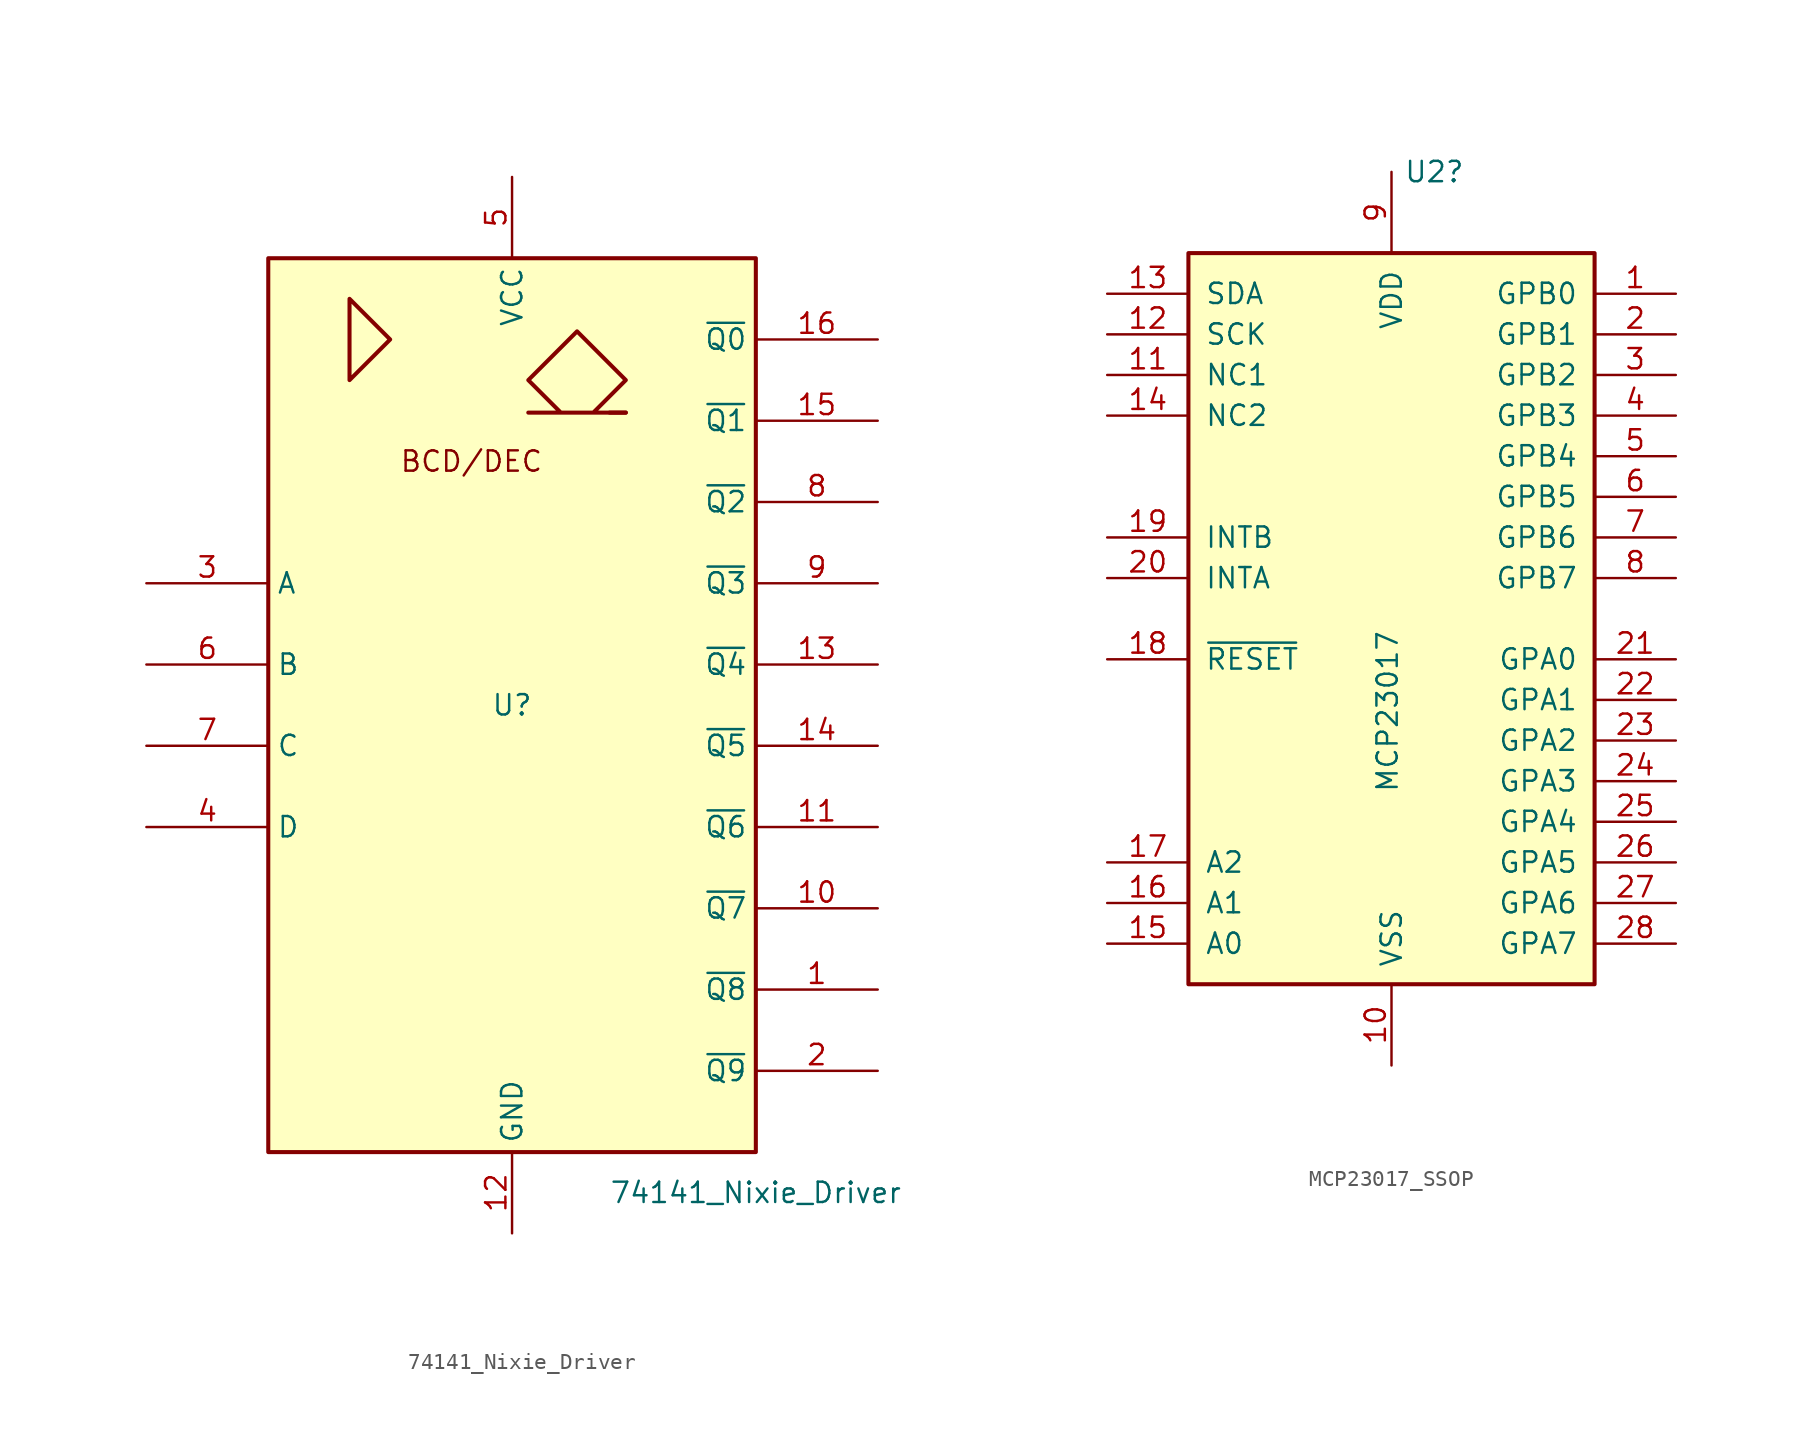
<source format=kicad_sym>
(kicad_symbol_lib
  (version 20231120)
  (generator "kicad_symbol_editor")
  (generator_version "8.0")
  (symbol "74141_Nixie_Driver"
    (property "Reference" "U"
      (at 0 0 0)
      (effects (font (size 1.27 1.27))))
    (property "Value" "74141_Nixie_Driver"
      (at 15.24 -30.48 0)
      (effects (font (size 1.27 1.27))))
    (symbol "74141_Nixie_Driver_0_0"
      (polyline (pts (xy 7.112 18.288) (xy 6.096 18.288) (xy 6.096 18.288)) (stroke (width 0.254) (type default)) (fill (type background)))
      (polyline (pts (xy -10.16 25.4) (xy -10.16 20.32) (xy -7.62 22.86) (xy -10.16 25.4) (xy -10.16 25.4)) (stroke (width 0.254) (type default)) (fill (type background)))
      (polyline (pts (xy 5.08 18.288) (xy 7.112 20.32) (xy 4.064 23.368) (xy 1.016 20.32) (xy 3.048 18.288) (xy 1.016 18.288) (xy 7.112 18.288)) (stroke (width 0.254) (type default)) (fill (type background)))
      (text "BCD/DEC" (at -2.54 15.24 0) (effects (font (size 1.27 1.27))))
      (pin power_in line (at 0 -33.02 90) (length 5.08) (name "GND" (effects (font (size 1.27 1.27)))) (number "12" (effects (font (size 1.27 1.27)))))
      (pin power_in line (at 0 33.02 270) (length 5.08) (name "VCC" (effects (font (size 1.27 1.27)))) (number "5" (effects (font (size 1.27 1.27))))))
    (symbol "74141_Nixie_Driver_0_1"
      (rectangle (start -15.24 27.94) (end 15.24 -27.94) (stroke (width 0.254) (type default)) (fill (type background))))
    (symbol "74141_Nixie_Driver_1_1"
      (pin open_collector line (at 22.86 -17.78 180) (length 7.62) (name "~{Q8}" (effects (font (size 1.27 1.27)))) (number "1" (effects (font (size 1.27 1.27)))))
      (pin open_collector line (at 22.86 -12.7 180) (length 7.62) (name "~{Q7}" (effects (font (size 1.27 1.27)))) (number "10" (effects (font (size 1.27 1.27)))))
      (pin open_collector line (at 22.86 -7.62 180) (length 7.62) (name "~{Q6}" (effects (font (size 1.27 1.27)))) (number "11" (effects (font (size 1.27 1.27)))))
      (pin open_collector line (at 22.86 2.54 180) (length 7.62) (name "~{Q4}" (effects (font (size 1.27 1.27)))) (number "13" (effects (font (size 1.27 1.27)))))
      (pin open_collector line (at 22.86 -2.54 180) (length 7.62) (name "~{Q5}" (effects (font (size 1.27 1.27)))) (number "14" (effects (font (size 1.27 1.27)))))
      (pin open_collector line (at 22.86 17.78 180) (length 7.62) (name "~{Q1}" (effects (font (size 1.27 1.27)))) (number "15" (effects (font (size 1.27 1.27)))))
      (pin open_collector line (at 22.86 22.86 180) (length 7.62) (name "~{Q0}" (effects (font (size 1.27 1.27)))) (number "16" (effects (font (size 1.27 1.27)))))
      (pin open_collector line (at 22.86 -22.86 180) (length 7.62) (name "~{Q9}" (effects (font (size 1.27 1.27)))) (number "2" (effects (font (size 1.27 1.27)))))
      (pin input line (at -22.86 7.62 0) (length 7.62) (name "A" (effects (font (size 1.27 1.27)))) (number "3" (effects (font (size 1.27 1.27)))))
      (pin input line (at -22.86 -7.62 0) (length 7.62) (name "D" (effects (font (size 1.27 1.27)))) (number "4" (effects (font (size 1.27 1.27)))))
      (pin input line (at -22.86 2.54 0) (length 7.62) (name "B" (effects (font (size 1.27 1.27)))) (number "6" (effects (font (size 1.27 1.27)))))
      (pin input line (at -22.86 -2.54 0) (length 7.62) (name "C" (effects (font (size 1.27 1.27)))) (number "7" (effects (font (size 1.27 1.27)))))
      (pin open_collector line (at 22.86 12.7 180) (length 7.62) (name "~{Q2}" (effects (font (size 1.27 1.27)))) (number "8" (effects (font (size 1.27 1.27)))))
      (pin open_collector line (at 22.86 7.62 180) (length 7.62) (name "~{Q3}" (effects (font (size 1.27 1.27)))) (number "9" (effects (font (size 1.27 1.27)))))))
  (symbol "MCP23017_SSOP"
    (pin_names
      (offset 1.016))
    (property "Reference" "U2"
      (at 0.762 27.94 0)
      (effects (font (size 1.27 1.27)) (justify left)))
    (property "Value" "MCP23017"
      (at -0.254 -10.922 90)
      (effects (font (size 1.27 1.27)) (justify left)))
    (symbol "MCP23017_SSOP_0_1"
      (rectangle (start -12.7 22.86) (end 12.7 -22.86) (stroke (width 0.254) (type default)) (fill (type background))))
    (symbol "MCP23017_SSOP_1_1"
      (pin bidirectional line (at 17.78 20.32 180) (length 5.08) (name "GPB0" (effects (font (size 1.27 1.27)))) (number "1" (effects (font (size 1.27 1.27)))))
      (pin power_in line (at 0 -27.94 90) (length 5.08) (name "VSS" (effects (font (size 1.27 1.27)))) (number "10" (effects (font (size 1.27 1.27)))))
      (pin input line (at -17.78 15.24 0) (length 5.08) (name "NC1" (effects (font (size 1.27 1.27)))) (number "11" (effects (font (size 1.27 1.27)))))
      (pin input line (at -17.78 17.78 0) (length 5.08) (name "SCK" (effects (font (size 1.27 1.27)))) (number "12" (effects (font (size 1.27 1.27)))))
      (pin bidirectional line (at -17.78 20.32 0) (length 5.08) (name "SDA" (effects (font (size 1.27 1.27)))) (number "13" (effects (font (size 1.27 1.27)))))
      (pin input line (at -17.78 12.7 0) (length 5.08) (name "NC2" (effects (font (size 1.27 1.27)))) (number "14" (effects (font (size 1.27 1.27)))))
      (pin input line (at -17.78 -20.32 0) (length 5.08) (name "A0" (effects (font (size 1.27 1.27)))) (number "15" (effects (font (size 1.27 1.27)))))
      (pin input line (at -17.78 -17.78 0) (length 5.08) (name "A1" (effects (font (size 1.27 1.27)))) (number "16" (effects (font (size 1.27 1.27)))))
      (pin input line (at -17.78 -15.24 0) (length 5.08) (name "A2" (effects (font (size 1.27 1.27)))) (number "17" (effects (font (size 1.27 1.27)))))
      (pin input line (at -17.78 -2.54 0) (length 5.08) (name "~{RESET}" (effects (font (size 1.27 1.27)))) (number "18" (effects (font (size 1.27 1.27)))))
      (pin tri_state line (at -17.78 5.08 0) (length 5.08) (name "INTB" (effects (font (size 1.27 1.27)))) (number "19" (effects (font (size 1.27 1.27)))))
      (pin bidirectional line (at 17.78 17.78 180) (length 5.08) (name "GPB1" (effects (font (size 1.27 1.27)))) (number "2" (effects (font (size 1.27 1.27)))))
      (pin tri_state line (at -17.78 2.54 0) (length 5.08) (name "INTA" (effects (font (size 1.27 1.27)))) (number "20" (effects (font (size 1.27 1.27)))))
      (pin bidirectional line (at 17.78 -2.54 180) (length 5.08) (name "GPA0" (effects (font (size 1.27 1.27)))) (number "21" (effects (font (size 1.27 1.27)))))
      (pin bidirectional line (at 17.78 -5.08 180) (length 5.08) (name "GPA1" (effects (font (size 1.27 1.27)))) (number "22" (effects (font (size 1.27 1.27)))))
      (pin bidirectional line (at 17.78 -7.62 180) (length 5.08) (name "GPA2" (effects (font (size 1.27 1.27)))) (number "23" (effects (font (size 1.27 1.27)))))
      (pin bidirectional line (at 17.78 -10.16 180) (length 5.08) (name "GPA3" (effects (font (size 1.27 1.27)))) (number "24" (effects (font (size 1.27 1.27)))))
      (pin bidirectional line (at 17.78 -12.7 180) (length 5.08) (name "GPA4" (effects (font (size 1.27 1.27)))) (number "25" (effects (font (size 1.27 1.27)))))
      (pin bidirectional line (at 17.78 -15.24 180) (length 5.08) (name "GPA5" (effects (font (size 1.27 1.27)))) (number "26" (effects (font (size 1.27 1.27)))))
      (pin bidirectional line (at 17.78 -17.78 180) (length 5.08) (name "GPA6" (effects (font (size 1.27 1.27)))) (number "27" (effects (font (size 1.27 1.27)))))
      (pin bidirectional line (at 17.78 -20.32 180) (length 5.08) (name "GPA7" (effects (font (size 1.27 1.27)))) (number "28" (effects (font (size 1.27 1.27)))))
      (pin bidirectional line (at 17.78 15.24 180) (length 5.08) (name "GPB2" (effects (font (size 1.27 1.27)))) (number "3" (effects (font (size 1.27 1.27)))))
      (pin bidirectional line (at 17.78 12.7 180) (length 5.08) (name "GPB3" (effects (font (size 1.27 1.27)))) (number "4" (effects (font (size 1.27 1.27)))))
      (pin bidirectional line (at 17.78 10.16 180) (length 5.08) (name "GPB4" (effects (font (size 1.27 1.27)))) (number "5" (effects (font (size 1.27 1.27)))))
      (pin bidirectional line (at 17.78 7.62 180) (length 5.08) (name "GPB5" (effects (font (size 1.27 1.27)))) (number "6" (effects (font (size 1.27 1.27)))))
      (pin bidirectional line (at 17.78 5.08 180) (length 5.08) (name "GPB6" (effects (font (size 1.27 1.27)))) (number "7" (effects (font (size 1.27 1.27)))))
      (pin bidirectional line (at 17.78 2.54 180) (length 5.08) (name "GPB7" (effects (font (size 1.27 1.27)))) (number "8" (effects (font (size 1.27 1.27)))))
      (pin power_in line (at 0 27.94 270) (length 5.08) (name "VDD" (effects (font (size 1.27 1.27)))) (number "9" (effects (font (size 1.27 1.27))))))))
</source>
